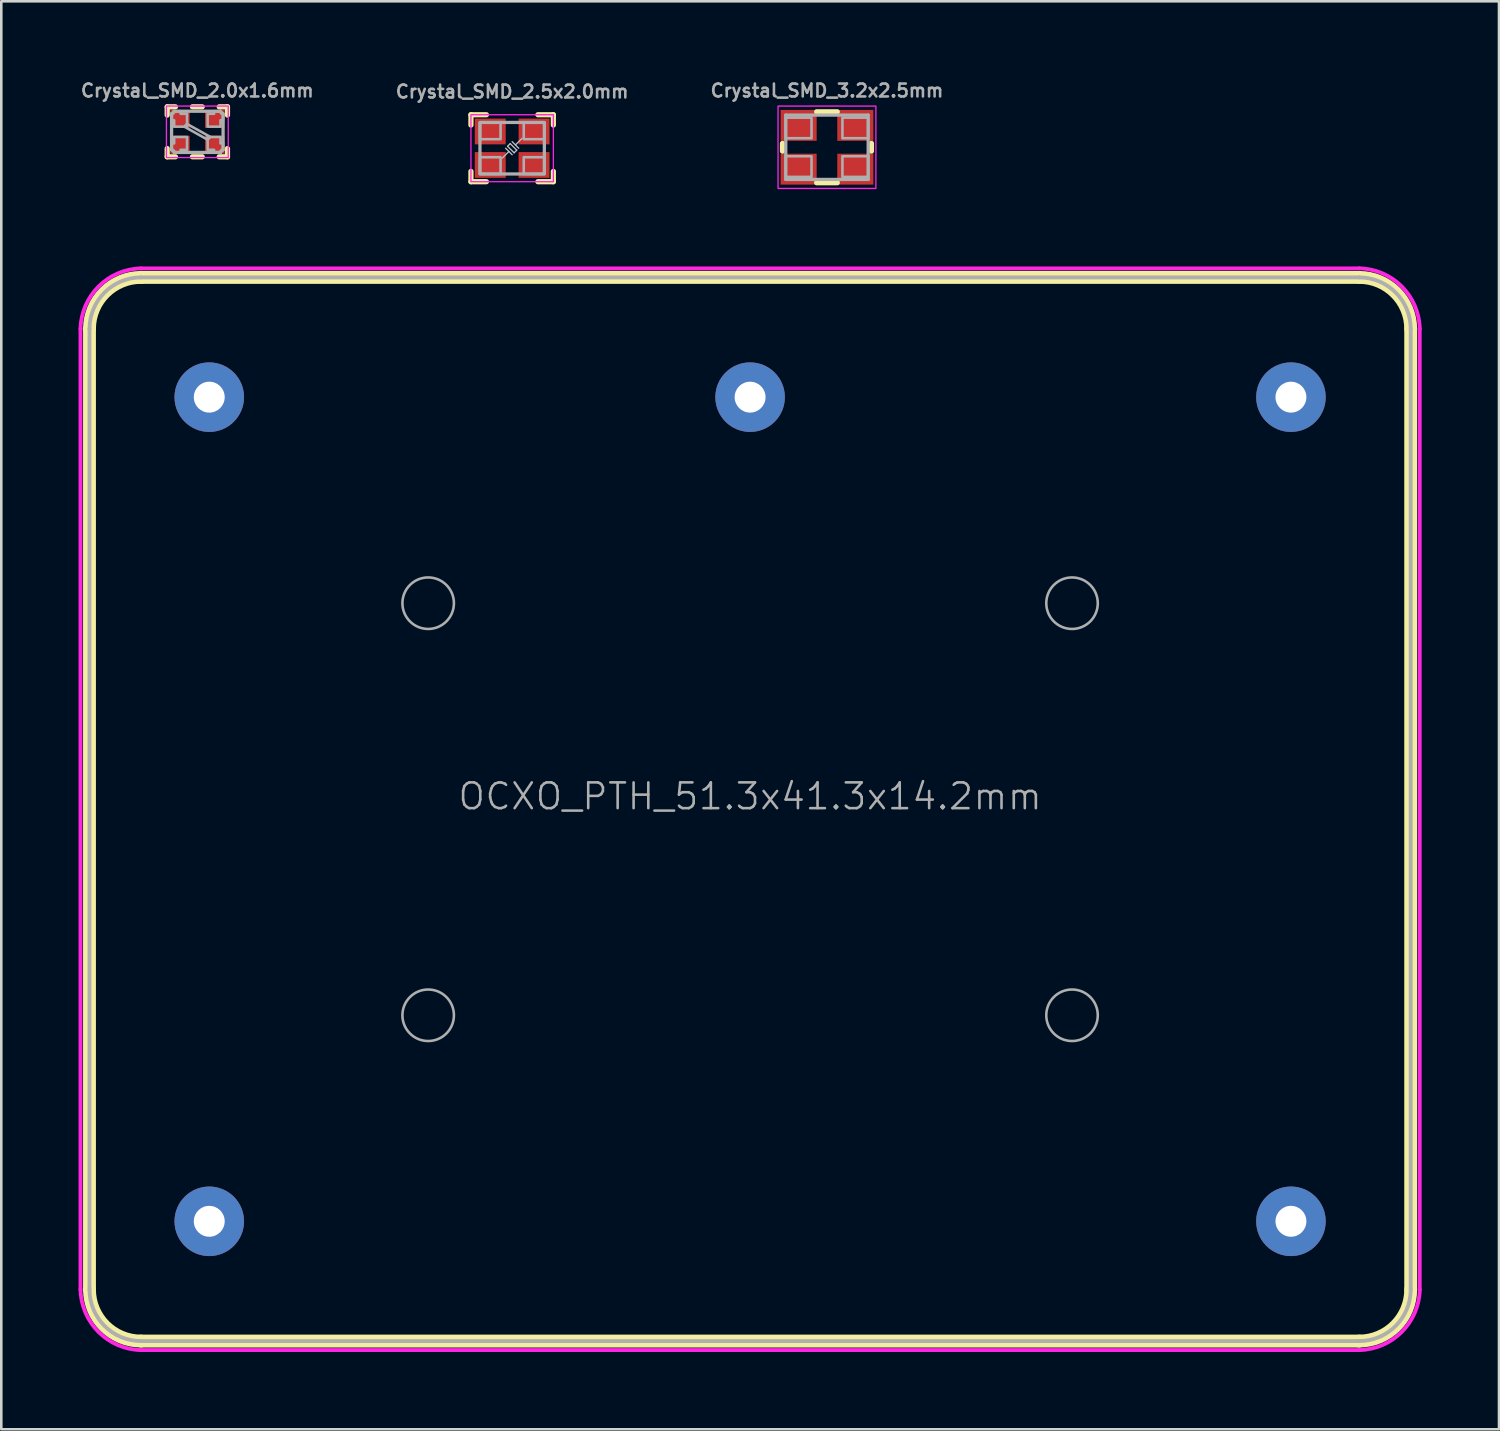
<source format=kicad_pcb>
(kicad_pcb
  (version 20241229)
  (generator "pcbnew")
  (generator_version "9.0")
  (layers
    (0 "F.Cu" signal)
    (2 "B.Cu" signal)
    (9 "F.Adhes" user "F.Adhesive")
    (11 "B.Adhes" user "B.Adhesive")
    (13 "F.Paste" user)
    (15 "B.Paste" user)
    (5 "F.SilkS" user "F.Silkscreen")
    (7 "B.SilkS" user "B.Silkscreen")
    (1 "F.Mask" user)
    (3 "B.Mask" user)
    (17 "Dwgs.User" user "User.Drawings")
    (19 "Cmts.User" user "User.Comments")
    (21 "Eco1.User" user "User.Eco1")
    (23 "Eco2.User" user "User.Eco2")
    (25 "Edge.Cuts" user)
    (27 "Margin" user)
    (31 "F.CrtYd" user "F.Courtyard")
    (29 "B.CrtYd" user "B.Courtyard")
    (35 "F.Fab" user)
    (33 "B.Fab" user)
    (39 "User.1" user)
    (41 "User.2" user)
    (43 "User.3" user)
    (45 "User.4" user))
  (footprint "Crystal_SMD_3.2x2.5mm"
    (layer "F.Cu")
    (at 29.06 2.668)
    (property "Reference" "Crystal_SMD_3.2x2.5mm" (at 0 -2.2 0) (layer "F.Fab") (effects (font (size 0.5 0.5) (thickness 0.1))))
    (attr smd)
    (fp_line (start -1.727 0.15) (end -1.727 -0.15) (stroke (width 0.203) (type solid)) (layer "F.SilkS"))
    (fp_line (start -0.4 -1.377) (end 0.4 -1.377) (stroke (width 0.203) (type solid)) (layer "F.SilkS"))
    (fp_line (start 0.4 1.377) (end -0.4 1.377) (stroke (width 0.203) (type solid)) (layer "F.SilkS"))
    (fp_line (start 1.727 -0.15) (end 1.727 0.15) (stroke (width 0.203) (type solid)) (layer "F.SilkS"))
    (fp_rect (start 1.9 -1.6) (end -1.9 1.6) (stroke (width 0.05) (type default)) (fill no) (layer "F.CrtYd"))
    (fp_line (start -1.6 -1.25) (end 1.6 -1.25) (stroke (width 0.127) (type solid)) (layer "F.Fab"))
    (fp_line (start -1.6 1.25) (end -1.6 -1.25) (stroke (width 0.127) (type solid)) (layer "F.Fab"))
    (fp_line (start 1.6 -1.25) (end 1.6 1.25) (stroke (width 0.127) (type solid)) (layer "F.Fab"))
    (fp_line (start 1.6 1.25) (end -1.6 1.25) (stroke (width 0.127) (type solid)) (layer "F.Fab"))
    (fp_poly (pts (xy -1.6 -0.35) (xy -0.6 -0.35) (xy -0.6 -1.15) (xy -1.6 -1.15)) (stroke (width 0.1) (type default)) (fill no) (layer "F.Fab"))
    (fp_poly (pts (xy -1.6 1.15) (xy -0.6 1.15) (xy -0.6 0.35) (xy -1.6 0.35)) (stroke (width 0.1) (type default)) (fill no) (layer "F.Fab"))
    (fp_poly (pts (xy 1.6 -1.15) (xy 0.6 -1.15) (xy 0.6 -0.35) (xy 1.6 -0.35)) (stroke (width 0.1) (type default)) (fill no) (layer "F.Fab"))
    (fp_poly (pts (xy 1.6 0.35) (xy 0.6 0.35) (xy 0.6 1.15) (xy 1.6 1.15)) (stroke (width 0.1) (type default)) (fill no) (layer "F.Fab"))
    (pad "1" smd rect (at -1.1 0.85 180) (size 1.4 1.2) (layers "F.Cu" "F.Mask" "F.Paste"))
    (pad "2" smd rect (at 1.1 0.85) (size 1.4 1.2) (layers "F.Cu" "F.Mask" "F.Paste"))
    (pad "3" smd rect (at 1.1 -0.85) (size 1.4 1.2) (layers "F.Cu" "F.Mask" "F.Paste"))
    (pad "4" smd rect (at -1.1 -0.85 180) (size 1.4 1.2) (layers "F.Cu" "F.Mask" "F.Paste")))
  (footprint "Crystal_SMD_2.5x2.0mm"
    (layer "F.Cu")
    (at 16.836 2.705)
    (property "Reference" "Crystal_SMD_2.5x2.0mm" (at 0 -1.905 0) (layer "F.Fab") (effects (font (size 0.5 0.5) (thickness 0.1) (bold yes)) (justify bottom)))
    (attr smd)
    (fp_line (start -1.6 -1.3) (end -1.6 -0.9) (stroke (width 0.203) (type solid)) (layer "F.SilkS"))
    (fp_line (start -1.6 -1.3) (end -1 -1.3) (stroke (width 0.203) (type solid)) (layer "F.SilkS"))
    (fp_line (start -1.6 0.9) (end -1.6 1.3) (stroke (width 0.203) (type solid)) (layer "F.SilkS"))
    (fp_line (start -1 1.3) (end -1.6 1.3) (stroke (width 0.203) (type solid)) (layer "F.SilkS"))
    (fp_line (start 1 -1.3) (end 1.6 -1.3) (stroke (width 0.203) (type solid)) (layer "F.SilkS"))
    (fp_line (start 1.6 -0.9) (end 1.6 -1.3) (stroke (width 0.203) (type solid)) (layer "F.SilkS"))
    (fp_line (start 1.6 0.9) (end 1.6 1.3) (stroke (width 0.203) (type solid)) (layer "F.SilkS"))
    (fp_line (start 1.6 1.3) (end 1 1.3) (stroke (width 0.203) (type solid)) (layer "F.SilkS"))
    (fp_line (start -0.178 -0.076) (end -0.076 -0.178) (stroke (width 0.05) (type default)) (layer "Dwgs.User"))
    (fp_line (start -0.127 0.127) (end -0.381 0.381) (stroke (width 0.05) (type default)) (layer "Dwgs.User"))
    (fp_line (start 0 0.254) (end -0.254 0) (stroke (width 0.05) (type default)) (layer "Dwgs.User"))
    (fp_line (start 0.076 0.178) (end -0.178 -0.076) (stroke (width 0.05) (type default)) (layer "Dwgs.User"))
    (fp_line (start 0.076 0.178) (end 0.178 0.076) (stroke (width 0.05) (type default)) (layer "Dwgs.User"))
    (fp_line (start 0.178 0.076) (end -0.076 -0.178) (stroke (width 0.05) (type default)) (layer "Dwgs.User"))
    (fp_line (start 0.254 0) (end 0 -0.254) (stroke (width 0.05) (type default)) (layer "Dwgs.User"))
    (fp_line (start 0.381 -0.381) (end 0.127 -0.127) (stroke (width 0.05) (type default)) (layer "Dwgs.User"))
    (fp_rect (start 1.6 -1.3) (end -1.6 1.3) (stroke (width 0.05) (type default)) (fill no) (layer "F.CrtYd"))
    (fp_rect (start -1.25 -1) (end 1.25 1) (stroke (width 0.127) (type default)) (fill no) (layer "F.Fab"))
    (fp_poly (pts (xy -1.25 -1) (xy -1.25 -0.35) (xy -0.45 -0.35) (xy -0.45 -1)) (stroke (width 0.1) (type solid)) (fill no) (layer "F.Fab"))
    (fp_poly (pts (xy -1.25 0.35) (xy -1.25 1) (xy -0.45 1) (xy -0.45 0.35)) (stroke (width 0.1) (type solid)) (fill no) (layer "F.Fab"))
    (fp_poly (pts (xy 0.45 -1) (xy 0.45 -0.35) (xy 1.25 -0.35) (xy 1.25 -1)) (stroke (width 0.1) (type solid)) (fill no) (layer "F.Fab"))
    (fp_poly (pts (xy 0.45 0.35) (xy 0.45 1) (xy 1.25 1) (xy 1.25 0.35)) (stroke (width 0.1) (type solid)) (fill no) (layer "F.Fab"))
    (pad "1" smd rect (at -0.85 0.65) (size 1.2 1) (layers "F.Cu" "F.Mask" "F.Paste"))
    (pad "2" smd rect (at 0.85 0.65) (size 1.2 1) (layers "F.Cu" "F.Mask" "F.Paste"))
    (pad "3" smd rect (at 0.85 -0.65) (size 1.2 1) (layers "F.Cu" "F.Mask" "F.Paste"))
    (pad "4" smd rect (at -0.85 -0.65) (size 1.2 1) (layers "F.Cu" "F.Mask" "F.Paste")))
  (footprint "Crystal_SMD_2.0x1.6mm"
    (layer "F.Cu")
    (at 4.612 2.068)
    (property "Reference" "Crystal_SMD_2.0x1.6mm" (at 0 -1.6 0) (layer "F.Fab") (effects (font (size 0.5 0.5) (thickness 0.1) (bold yes))))
    (attr smd)
    (fp_line (start -1.17 -0.65) (end -1.17 -0.97) (stroke (width 0.203) (type solid)) (layer "F.SilkS"))
    (fp_line (start -1.17 0.65) (end -1.17 0.97) (stroke (width 0.203) (type solid)) (layer "F.SilkS"))
    (fp_line (start -0.85 -0.97) (end -1.17 -0.97) (stroke (width 0.203) (type solid)) (layer "F.SilkS"))
    (fp_line (start -0.85 0.97) (end -1.17 0.97) (stroke (width 0.203) (type solid)) (layer "F.SilkS"))
    (fp_line (start -0.19 0.97) (end 0.19 0.97) (stroke (width 0.203) (type solid)) (layer "F.SilkS"))
    (fp_line (start 0.19 -0.97) (end -0.19 -0.97) (stroke (width 0.203) (type solid)) (layer "F.SilkS"))
    (fp_line (start 0.85 -0.97) (end 1.17 -0.97) (stroke (width 0.203) (type solid)) (layer "F.SilkS"))
    (fp_line (start 0.85 0.97) (end 1.17 0.97) (stroke (width 0.203) (type solid)) (layer "F.SilkS"))
    (fp_line (start 1.17 -0.65) (end 1.17 -0.97) (stroke (width 0.203) (type solid)) (layer "F.SilkS"))
    (fp_line (start 1.17 0.65) (end 1.17 0.97) (stroke (width 0.203) (type solid)) (layer "F.SilkS"))
    (fp_rect (start 1.2 -1) (end -1.2 1) (stroke (width 0.05) (type default)) (fill no) (layer "F.CrtYd"))
    (fp_line (start -1 -0.7) (end -1 0.7) (stroke (width 0.127) (type solid)) (layer "F.Fab"))
    (fp_line (start -0.9 0.8) (end 0.9 0.8) (stroke (width 0.127) (type solid)) (layer "F.Fab"))
    (fp_line (start 0.9 -0.8) (end -0.9 -0.8) (stroke (width 0.127) (type solid)) (layer "F.Fab"))
    (fp_line (start 1 0.7) (end 1 -0.7) (stroke (width 0.127) (type solid)) (layer "F.Fab"))
    (fp_arc (start -1 0.7) (mid -0.929289 0.729289) (end -0.9 0.8) (stroke (width 0.127) (type solid)) (layer "F.Fab"))
    (fp_arc (start -0.9 -0.8) (mid -0.929289 -0.729289) (end -1 -0.7) (stroke (width 0.127) (type solid)) (layer "F.Fab"))
    (fp_arc (start 0.9 0.8) (mid 0.929289 0.729289) (end 1 0.7) (stroke (width 0.127) (type solid)) (layer "F.Fab"))
    (fp_arc (start 1 -0.7) (mid 0.929289 -0.729289) (end 0.9 -0.8) (stroke (width 0.127) (type solid)) (layer "F.Fab"))
    (fp_poly (pts (xy 0.506 0.2) (xy 0.4 0.306) (xy -0.506 -0.2) (xy -0.4 -0.306)) (stroke (width 0.1) (type default)) (fill no) (layer "F.Fab"))
    (fp_poly (pts (xy -0.65 -0.7) (xy -0.4 -0.7) (xy -0.4 -0.2) (xy -0.9 -0.2) (xy -0.9 -0.45) (xy -1 -0.45) (xy -1 -0.7) (xy -0.9 -0.8) (xy -0.65 -0.8)) (stroke (width 0.1) (type default)) (fill no) (layer "F.Fab"))
    (fp_poly (pts (xy -0.4 0.7) (xy -0.65 0.7) (xy -0.65 0.8) (xy -0.9 0.8) (xy -1 0.7) (xy -1 0.45) (xy -0.9 0.45) (xy -0.9 0.2) (xy -0.4 0.2)) (stroke (width 0.1) (type default)) (fill no) (layer "F.Fab"))
    (fp_poly (pts (xy 0.9 0.45) (xy 1 0.45) (xy 1 0.7) (xy 0.9 0.8) (xy 0.65 0.8) (xy 0.65 0.7) (xy 0.4 0.7) (xy 0.4 0.2) (xy 0.9 0.2)) (stroke (width 0.1) (type default)) (fill no) (layer "F.Fab"))
    (fp_poly (pts (xy 1 -0.7) (xy 1 -0.45) (xy 0.9 -0.45) (xy 0.9 -0.2) (xy 0.4 -0.2) (xy 0.4 -0.7) (xy 0.65 -0.7) (xy 0.65 -0.8) (xy 0.9 -0.8)) (stroke (width 0.1) (type default)) (fill no) (layer "F.Fab"))
    (pad "1" smd rect (at -0.675 0.5) (size 0.75 0.7) (layers "F.Cu" "F.Mask" "F.Paste"))
    (pad "2" smd rect (at 0.675 -0.5 180) (size 0.75 0.7) (layers "F.Cu" "F.Mask" "F.Paste"))
    (pad "NC1" smd rect (at -0.675 -0.5) (size 0.75 0.7) (layers "F.Cu" "F.Mask" "F.Paste"))
    (pad "NC2" smd rect (at 0.675 0.5 180) (size 0.75 0.7) (layers "F.Cu" "F.Mask" "F.Paste")))
  (footprint "OCXO_PTH_51.3x41.3x14.2mm"
    (layer "F.Cu")
    (at 26.075 28.371)
    (property "Reference" "OCXO_PTH_51.3x41.3x14.2mm" (at 0 -0.5 0) (unlocked yes) (layer "F.Fab") (effects (font (size 1 1) (thickness 0.1))))
    (attr through_hole)
    (fp_line (start -25.65 -18.65) (end -25.65 18.65) (stroke (width 0.5) (type default)) (layer "F.SilkS"))
    (fp_line (start -23.65 -20.65) (end 23.65 -20.65) (stroke (width 0.5) (type default)) (layer "F.SilkS"))
    (fp_line (start -23.65 20.65) (end 23.65 20.65) (stroke (width 0.5) (type default)) (layer "F.SilkS"))
    (fp_line (start 25.65 -18.65) (end 25.65 18.65) (stroke (width 0.5) (type default)) (layer "F.SilkS"))
    (fp_arc (start -25.65 -18.65) (mid -25.064214 -20.064214) (end -23.65 -20.65) (stroke (width 0.5) (type default)) (layer "F.SilkS"))
    (fp_arc (start -23.65 20.65) (mid -25.064214 20.064214) (end -25.65 18.65) (stroke (width 0.5) (type default)) (layer "F.SilkS"))
    (fp_arc (start 23.65 -20.65) (mid 25.064214 -20.064214) (end 25.65 -18.65) (stroke (width 0.5) (type default)) (layer "F.SilkS"))
    (fp_arc (start 25.65 18.65) (mid 25.064214 20.064214) (end 23.65 20.65) (stroke (width 0.5) (type default)) (layer "F.SilkS"))
    (fp_line (start -26 -18.65) (end -26 18.65) (stroke (width 0.15) (type default)) (layer "F.CrtYd"))
    (fp_line (start -23.65 -21) (end 23.65 -21) (stroke (width 0.15) (type default)) (layer "F.CrtYd"))
    (fp_line (start -23.65 21) (end 23.65 21) (stroke (width 0.15) (type default)) (layer "F.CrtYd"))
    (fp_line (start 26 -18.65) (end 26 18.65) (stroke (width 0.15) (type default)) (layer "F.CrtYd"))
    (fp_arc (start -25.999999 -18.65) (mid -25.297424 -20.297424) (end -23.65 -20.999999) (stroke (width 0.15) (type default)) (layer "F.CrtYd"))
    (fp_arc (start -23.65 20.999999) (mid -25.297424 20.297424) (end -25.999999 18.65) (stroke (width 0.15) (type default)) (layer "F.CrtYd"))
    (fp_arc (start 23.652576 -21.002575) (mid 25.3 -20.3) (end 26.002575 -18.652576) (stroke (width 0.15) (type default)) (layer "F.CrtYd"))
    (fp_arc (start 26.002575 18.65) (mid 25.3 20.297424) (end 23.652576 20.999999) (stroke (width 0.15) (type default)) (layer "F.CrtYd"))
    (fp_line (start -25.65 -18.65) (end -25.65 18.65) (stroke (width 0.15) (type default)) (layer "F.Fab"))
    (fp_line (start -23.65 -20.65) (end 23.65 -20.65) (stroke (width 0.15) (type default)) (layer "F.Fab"))
    (fp_line (start -23.65 20.65) (end 23.65 20.65) (stroke (width 0.15) (type default)) (layer "F.Fab"))
    (fp_line (start 25.65 -18.65) (end 25.65 18.65) (stroke (width 0.15) (type default)) (layer "F.Fab"))
    (fp_arc (start -25.65 -18.65) (mid -25.064214 -20.064214) (end -23.65 -20.65) (stroke (width 0.15) (type default)) (layer "F.Fab"))
    (fp_arc (start -23.65 20.65) (mid -25.064214 20.064214) (end -25.65 18.65) (stroke (width 0.15) (type default)) (layer "F.Fab"))
    (fp_arc (start 23.65 -20.65) (mid 25.064214 -20.064214) (end 25.65 -18.65) (stroke (width 0.15) (type default)) (layer "F.Fab"))
    (fp_arc (start 25.65 18.65) (mid 25.064214 20.064214) (end 23.65 20.65) (stroke (width 0.15) (type default)) (layer "F.Fab"))
    (fp_circle (center -12.5 -8) (end -11.5 -8) (stroke (width 0.1) (type solid)) (fill no) (layer "F.Fab"))
    (fp_circle (center -12.5 8) (end -11.5 8) (stroke (width 0.1) (type solid)) (fill no) (layer "F.Fab"))
    (fp_circle (center 12.5 -8) (end 13.5 -8) (stroke (width 0.1) (type solid)) (fill no) (layer "F.Fab"))
    (fp_circle (center 12.5 8) (end 13.5 8) (stroke (width 0.1) (type solid)) (fill no) (layer "F.Fab"))
    (pad "1" thru_hole circle (at -21 -16) (size 2.7 2.7) (drill 1.2) (layers "*.Cu" "*.Mask"))
    (pad "2" thru_hole circle (at 0 -16) (size 2.7 2.7) (drill 1.2) (layers "*.Cu" "*.Mask"))
    (pad "3" thru_hole circle (at 21 -16) (size 2.7 2.7) (drill 1.2) (layers "*.Cu" "*.Mask"))
    (pad "4" thru_hole circle (at 21 16) (size 2.7 2.7) (drill 1.2) (layers "*.Cu" "*.Mask"))
    (pad "5" thru_hole circle (at -21 16) (size 2.7 2.7) (drill 1.2) (layers "*.Cu" "*.Mask")))
  (gr_rect
    (start -3 -3)
    (end 55.153 52.446)
    (stroke (width 0.1) (type default))
    (fill no)
    (layer "Edge.Cuts")))
</source>
